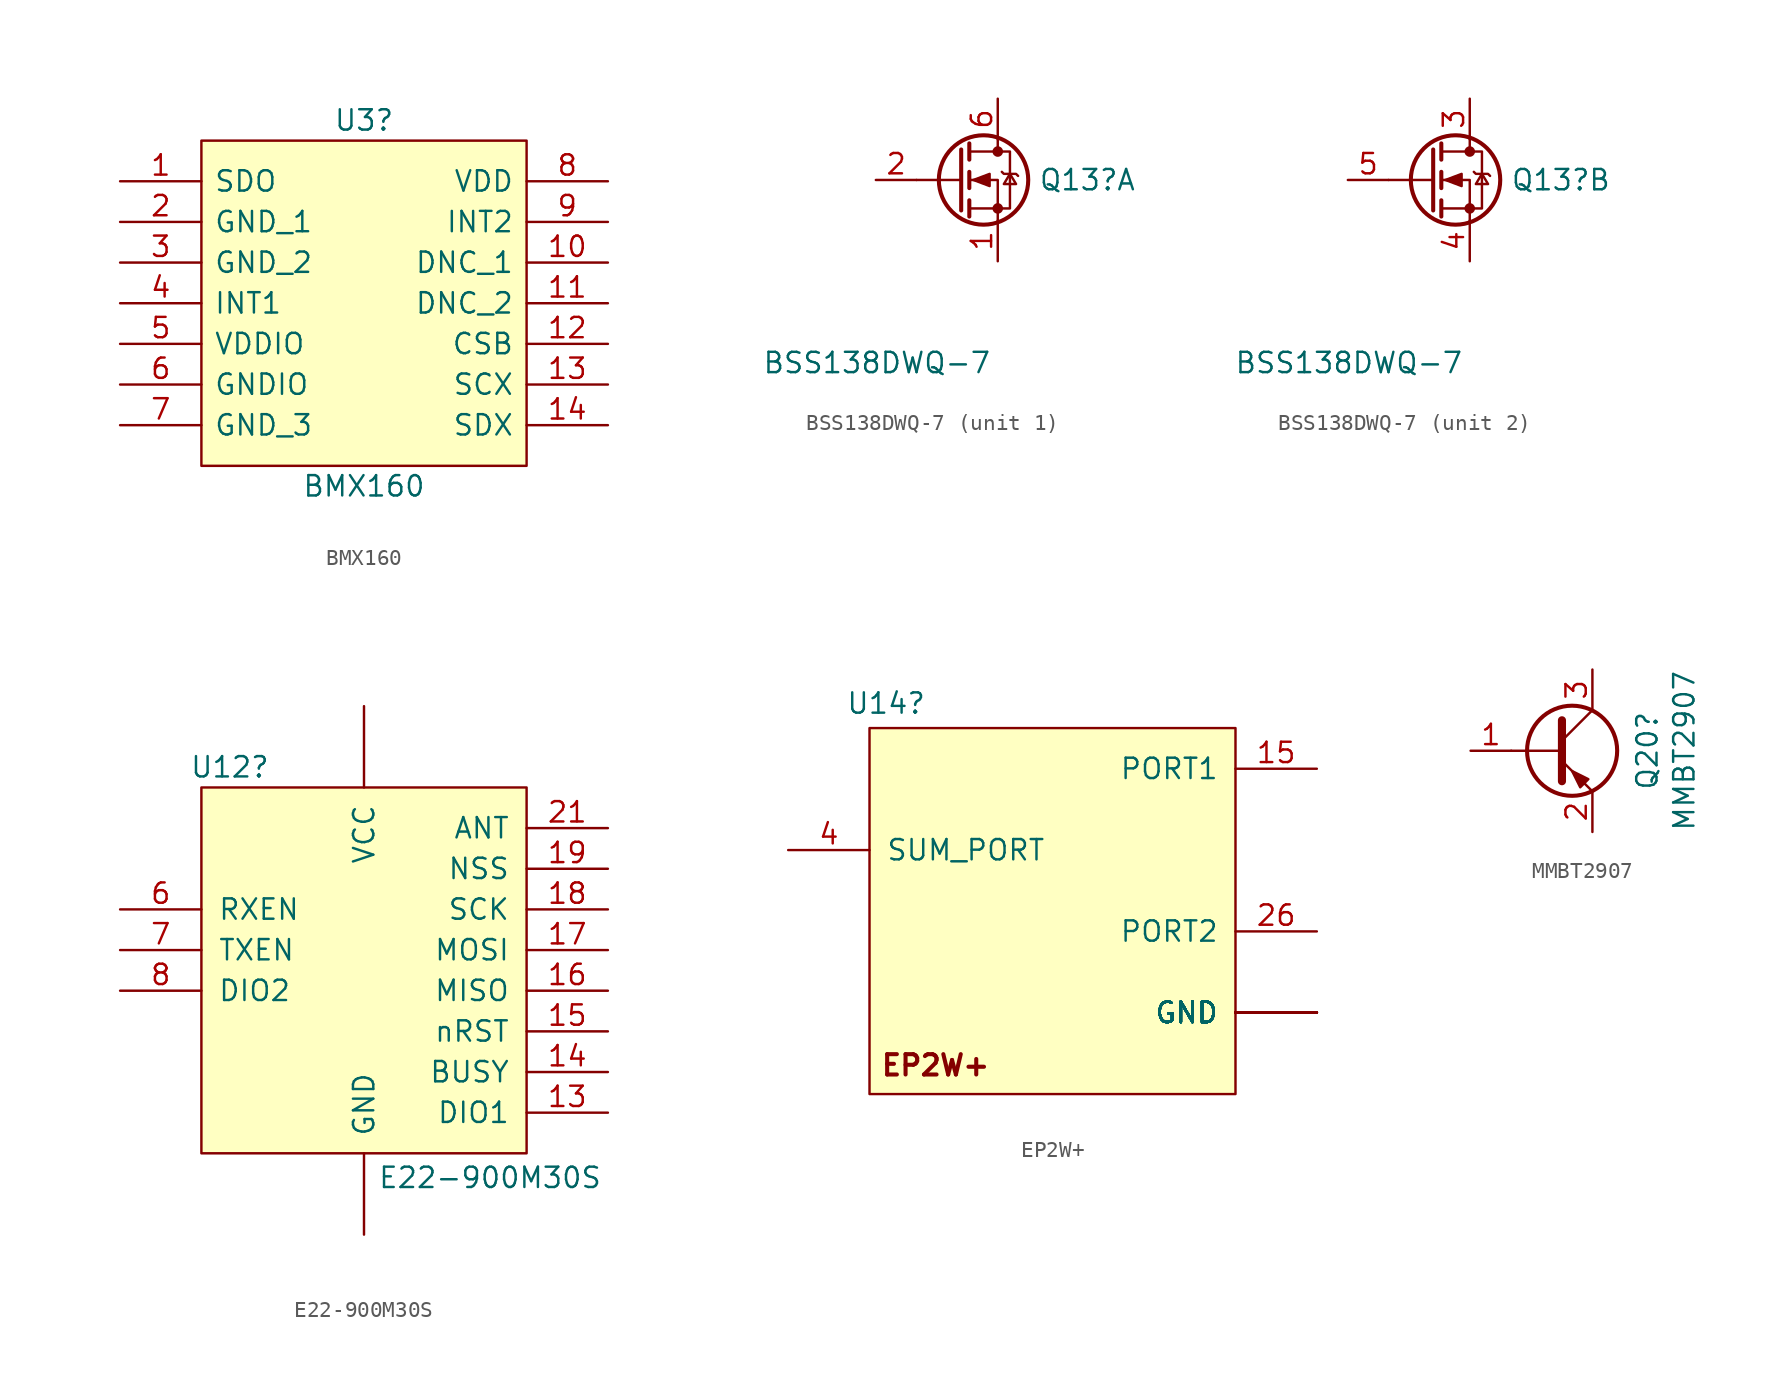
<source format=kicad_sym>
(kicad_symbol_lib
  (version 20231120)
  (generator "kicad_symbol_editor")
  (generator_version "8.0")
  (symbol "BMX160"
    (pin_names
      (offset 0.762))
    (property "Reference" "U3"
      (at 0 11.43 0)
      (effects (font (size 1.27 1.27))))
    (property "Value" "BMX160"
      (at 0 -11.43 0)
      (effects (font (size 1.27 1.27))))
    (symbol "BMX160_0_0"
      (pin bidirectional line (at -15.24 7.62 0) (length 5.08) (name "SDO" (effects (font (size 1.27 1.27)))) (number "1" (effects (font (size 1.27 1.27)))))
      (pin bidirectional line (at 15.24 2.54 180) (length 5.08) (name "DNC_1" (effects (font (size 1.27 1.27)))) (number "10" (effects (font (size 1.27 1.27)))))
      (pin bidirectional line (at 15.24 0 180) (length 5.08) (name "DNC_2" (effects (font (size 1.27 1.27)))) (number "11" (effects (font (size 1.27 1.27)))))
      (pin bidirectional line (at 15.24 -2.54 180) (length 5.08) (name "CSB" (effects (font (size 1.27 1.27)))) (number "12" (effects (font (size 1.27 1.27)))))
      (pin bidirectional line (at 15.24 -5.08 180) (length 5.08) (name "SCX" (effects (font (size 1.27 1.27)))) (number "13" (effects (font (size 1.27 1.27)))))
      (pin bidirectional line (at 15.24 -7.62 180) (length 5.08) (name "SDX" (effects (font (size 1.27 1.27)))) (number "14" (effects (font (size 1.27 1.27)))))
      (pin bidirectional line (at -15.24 5.08 0) (length 5.08) (name "GND_1" (effects (font (size 1.27 1.27)))) (number "2" (effects (font (size 1.27 1.27)))))
      (pin bidirectional line (at -15.24 2.54 0) (length 5.08) (name "GND_2" (effects (font (size 1.27 1.27)))) (number "3" (effects (font (size 1.27 1.27)))))
      (pin bidirectional line (at -15.24 0 0) (length 5.08) (name "INT1" (effects (font (size 1.27 1.27)))) (number "4" (effects (font (size 1.27 1.27)))))
      (pin bidirectional line (at -15.24 -2.54 0) (length 5.08) (name "VDDIO" (effects (font (size 1.27 1.27)))) (number "5" (effects (font (size 1.27 1.27)))))
      (pin bidirectional line (at -15.24 -5.08 0) (length 5.08) (name "GNDIO" (effects (font (size 1.27 1.27)))) (number "6" (effects (font (size 1.27 1.27)))))
      (pin bidirectional line (at -15.24 -7.62 0) (length 5.08) (name "GND_3" (effects (font (size 1.27 1.27)))) (number "7" (effects (font (size 1.27 1.27)))))
      (pin bidirectional line (at 15.24 7.62 180) (length 5.08) (name "VDD" (effects (font (size 1.27 1.27)))) (number "8" (effects (font (size 1.27 1.27)))))
      (pin bidirectional line (at 15.24 5.08 180) (length 5.08) (name "INT2" (effects (font (size 1.27 1.27)))) (number "9" (effects (font (size 1.27 1.27))))))
    (symbol "BMX160_1_1"
      (polyline (pts (xy -10.16 10.16) (xy 10.16 10.16) (xy 10.16 -10.16) (xy -10.16 -10.16) (xy -10.16 10.16)) (stroke (width 0.152) (type solid)) (fill (type background)))))
  (symbol "BSS138DWQ-7"
    (pin_names
      (offset 0.762) hide)
    (property "Reference" "Q13"
      (at 3.81 0 0)
      (effects (font (size 1.27 1.27)) (justify left)))
    (property "Value" "BSS138DWQ-7"
      (at -13.462 -11.43 0)
      (effects (font (size 1.27 1.27)) (justify left)))
    (property "ki_locked" ""
      (at 0 0 0)
      (effects (font (size 1.27 1.27))))
    (symbol "BSS138DWQ-7_1_1"
      (polyline (pts (xy -1.016 0) (xy -3.81 0)) (stroke (width 0) (type solid)) (fill (type none)))
      (polyline (pts (xy -1.016 1.905) (xy -1.016 -1.905)) (stroke (width 0.254) (type solid)) (fill (type none)))
      (polyline (pts (xy -0.508 -1.27) (xy -0.508 -2.286)) (stroke (width 0.254) (type solid)) (fill (type none)))
      (polyline (pts (xy -0.508 0.508) (xy -0.508 -0.508)) (stroke (width 0.254) (type solid)) (fill (type none)))
      (polyline (pts (xy -0.508 2.286) (xy -0.508 1.27)) (stroke (width 0.254) (type solid)) (fill (type none)))
      (polyline (pts (xy 1.27 2.54) (xy 1.27 1.778)) (stroke (width 0) (type solid)) (fill (type none)))
      (polyline (pts (xy 1.27 -2.54) (xy 1.27 0) (xy -0.508 0)) (stroke (width 0) (type solid)) (fill (type none)))
      (polyline (pts (xy -0.508 -1.778) (xy 2.032 -1.778) (xy 2.032 1.778) (xy -0.508 1.778)) (stroke (width 0) (type solid)) (fill (type none)))
      (polyline (pts (xy -0.254 0) (xy 0.762 0.381) (xy 0.762 -0.381) (xy -0.254 0)) (stroke (width 0) (type solid)) (fill (type outline)))
      (polyline (pts (xy 1.524 0.508) (xy 1.651 0.381) (xy 2.413 0.381) (xy 2.54 0.254)) (stroke (width 0) (type solid)) (fill (type none)))
      (polyline (pts (xy 2.032 0.381) (xy 1.651 -0.254) (xy 2.413 -0.254) (xy 2.032 0.381)) (stroke (width 0) (type solid)) (fill (type none)))
      (circle (center 0.381 0) (radius 2.794) (stroke (width 0.254) (type solid)) (fill (type none)))
      (circle (center 1.27 -1.778) (radius 0.254) (stroke (width 0) (type solid)) (fill (type outline)))
      (circle (center 1.27 1.778) (radius 0.254) (stroke (width 0) (type solid)) (fill (type outline)))
      (pin passive line (at 1.27 -5.08 90) (length 2.54) (name "S2" (effects (font (size 1.27 1.27)))) (number "1" (effects (font (size 1.27 1.27)))))
      (pin input line (at -6.35 0 0) (length 2.54) (name "G2" (effects (font (size 1.27 1.27)))) (number "2" (effects (font (size 1.27 1.27)))))
      (pin passive line (at 1.27 5.08 270) (length 2.54) (name "D1" (effects (font (size 1.27 1.27)))) (number "6" (effects (font (size 1.27 1.27))))))
    (symbol "BSS138DWQ-7_2_1"
      (polyline (pts (xy -1.016 0) (xy -3.81 0)) (stroke (width 0) (type solid)) (fill (type none)))
      (polyline (pts (xy -1.016 1.905) (xy -1.016 -1.905)) (stroke (width 0.254) (type solid)) (fill (type none)))
      (polyline (pts (xy -0.508 -1.27) (xy -0.508 -2.286)) (stroke (width 0.254) (type solid)) (fill (type none)))
      (polyline (pts (xy -0.508 0.508) (xy -0.508 -0.508)) (stroke (width 0.254) (type solid)) (fill (type none)))
      (polyline (pts (xy -0.508 2.286) (xy -0.508 1.27)) (stroke (width 0.254) (type solid)) (fill (type none)))
      (polyline (pts (xy 1.27 2.54) (xy 1.27 1.778)) (stroke (width 0) (type solid)) (fill (type none)))
      (polyline (pts (xy 1.27 -2.54) (xy 1.27 0) (xy -0.508 0)) (stroke (width 0) (type solid)) (fill (type none)))
      (polyline (pts (xy -0.508 -1.778) (xy 2.032 -1.778) (xy 2.032 1.778) (xy -0.508 1.778)) (stroke (width 0) (type solid)) (fill (type none)))
      (polyline (pts (xy -0.254 0) (xy 0.762 0.381) (xy 0.762 -0.381) (xy -0.254 0)) (stroke (width 0) (type solid)) (fill (type outline)))
      (polyline (pts (xy 1.524 0.508) (xy 1.651 0.381) (xy 2.413 0.381) (xy 2.54 0.254)) (stroke (width 0) (type solid)) (fill (type none)))
      (polyline (pts (xy 2.032 0.381) (xy 1.651 -0.254) (xy 2.413 -0.254) (xy 2.032 0.381)) (stroke (width 0) (type solid)) (fill (type none)))
      (circle (center 0.381 0) (radius 2.794) (stroke (width 0.254) (type solid)) (fill (type none)))
      (circle (center 1.27 -1.778) (radius 0.254) (stroke (width 0) (type solid)) (fill (type outline)))
      (circle (center 1.27 1.778) (radius 0.254) (stroke (width 0) (type solid)) (fill (type outline)))
      (pin passive line (at 1.27 5.08 270) (length 2.54) (name "D2" (effects (font (size 1.27 1.27)))) (number "3" (effects (font (size 1.27 1.27)))))
      (pin passive line (at 1.27 -5.08 90) (length 2.54) (name "S1" (effects (font (size 1.27 1.27)))) (number "4" (effects (font (size 1.27 1.27)))))
      (pin input line (at -6.35 0 0) (length 2.54) (name "G1" (effects (font (size 1.27 1.27)))) (number "5" (effects (font (size 1.27 1.27)))))))
  (symbol "E22-900M30S"
    (pin_names
      (offset 1.016))
    (property "Reference" "U12"
      (at -8.382 12.7 0)
      (effects (font (size 1.27 1.27))))
    (property "Value" "E22-900M30S"
      (at 7.874 -12.954 0)
      (effects (font (size 1.27 1.27))))
    (symbol "E22-900M30S_1_0"
      (pin bidirectional line (at 0 -16.51 90) (length 5.08) hide (name "GND" (effects (font (size 1.27 1.27)))) (number "1" (effects (font (size 1.27 1.27)))))
      (pin power_in line (at 0 16.51 270) (length 5.08) hide (name "VCC" (effects (font (size 1.27 1.27)))) (number "10" (effects (font (size 1.27 1.27)))))
      (pin bidirectional line (at 0 -16.51 90) (length 5.08) hide (name "GND" (effects (font (size 1.27 1.27)))) (number "11" (effects (font (size 1.27 1.27)))))
      (pin bidirectional line (at 0 -16.51 90) (length 5.08) hide (name "GND" (effects (font (size 1.27 1.27)))) (number "12" (effects (font (size 1.27 1.27)))))
      (pin bidirectional line (at 15.24 -8.89 180) (length 5.08) (name "DIO1" (effects (font (size 1.27 1.27)))) (number "13" (effects (font (size 1.27 1.27)))))
      (pin output line (at 15.24 -6.35 180) (length 5.08) (name "BUSY" (effects (font (size 1.27 1.27)))) (number "14" (effects (font (size 1.27 1.27)))))
      (pin input line (at 15.24 -3.81 180) (length 5.08) (name "nRST" (effects (font (size 1.27 1.27)))) (number "15" (effects (font (size 1.27 1.27)))))
      (pin output line (at 15.24 -1.27 180) (length 5.08) (name "MISO" (effects (font (size 1.27 1.27)))) (number "16" (effects (font (size 1.27 1.27)))))
      (pin input line (at 15.24 1.27 180) (length 5.08) (name "MOSI" (effects (font (size 1.27 1.27)))) (number "17" (effects (font (size 1.27 1.27)))))
      (pin input line (at 15.24 3.81 180) (length 5.08) (name "SCK" (effects (font (size 1.27 1.27)))) (number "18" (effects (font (size 1.27 1.27)))))
      (pin input line (at 15.24 6.35 180) (length 5.08) (name "NSS" (effects (font (size 1.27 1.27)))) (number "19" (effects (font (size 1.27 1.27)))))
      (pin bidirectional line (at 0 -16.51 90) (length 5.08) hide (name "GND" (effects (font (size 1.27 1.27)))) (number "2" (effects (font (size 1.27 1.27)))))
      (pin bidirectional line (at 0 -16.51 90) (length 5.08) hide (name "GND" (effects (font (size 1.27 1.27)))) (number "20" (effects (font (size 1.27 1.27)))))
      (pin output line (at 15.24 8.89 180) (length 5.08) (name "ANT" (effects (font (size 1.27 1.27)))) (number "21" (effects (font (size 1.27 1.27)))))
      (pin bidirectional line (at 0 -16.51 90) (length 5.08) (name "GND" (effects (font (size 1.27 1.27)))) (number "22" (effects (font (size 0 0)))))
      (pin bidirectional line (at 0 -16.51 90) (length 5.08) hide (name "GND" (effects (font (size 1.27 1.27)))) (number "3" (effects (font (size 1.27 1.27)))))
      (pin bidirectional line (at 0 -16.51 90) (length 5.08) hide (name "GND" (effects (font (size 1.27 1.27)))) (number "4" (effects (font (size 1.27 1.27)))))
      (pin bidirectional line (at 0 -16.51 90) (length 5.08) hide (name "GND" (effects (font (size 1.27 1.27)))) (number "5" (effects (font (size 1.27 1.27)))))
      (pin input line (at -15.24 3.81 0) (length 5.08) (name "RXEN" (effects (font (size 1.27 1.27)))) (number "6" (effects (font (size 1.27 1.27)))))
      (pin input line (at -15.24 1.27 0) (length 5.08) (name "TXEN" (effects (font (size 1.27 1.27)))) (number "7" (effects (font (size 1.27 1.27)))))
      (pin bidirectional line (at -15.24 -1.27 0) (length 5.08) (name "DIO2" (effects (font (size 1.27 1.27)))) (number "8" (effects (font (size 1.27 1.27)))))
      (pin power_in line (at 0 16.51 270) (length 5.08) (name "VCC" (effects (font (size 1.27 1.27)))) (number "9" (effects (font (size 0 0))))))
    (symbol "E22-900M30S_1_1"
      (rectangle (start -10.16 11.43) (end 10.16 -11.43) (stroke (width 0) (type default)) (fill (type background)))))
  (symbol "EP2W+"
    (pin_names
      (offset 1.016))
    (property "Reference" "U14"
      (at -9.144 9.906 0)
      (effects (font (size 1.27 1.27)) (justify right top)))
    (symbol "EP2W+_1_0"
      (text "EP2W+" (at -5.08 -12.7 0) (effects (font (size 1.27 1.27) (bold yes)) (justify right top)))
      (pin bidirectional line (at 15.24 -10.16 180) (length 5.08) (name "GND" (effects (font (size 1.27 1.27)))) (number "1" (effects (font (size 0 0)))))
      (pin bidirectional line (at 15.24 -10.16 180) (length 5.08) (name "GND" (effects (font (size 1.27 1.27)))) (number "10" (effects (font (size 0 0)))))
      (pin bidirectional line (at 15.24 -10.16 180) (length 5.08) (name "GND" (effects (font (size 1.27 1.27)))) (number "11" (effects (font (size 0 0)))))
      (pin bidirectional line (at 15.24 -10.16 180) (length 5.08) (name "GND" (effects (font (size 1.27 1.27)))) (number "12" (effects (font (size 0 0)))))
      (pin bidirectional line (at 15.24 -10.16 180) (length 5.08) (name "GND" (effects (font (size 1.27 1.27)))) (number "13" (effects (font (size 0 0)))))
      (pin bidirectional line (at 15.24 -10.16 180) (length 5.08) (name "GND" (effects (font (size 1.27 1.27)))) (number "14" (effects (font (size 0 0)))))
      (pin bidirectional line (at 15.24 5.08 180) (length 5.08) (name "PORT1" (effects (font (size 1.27 1.27)))) (number "15" (effects (font (size 1.27 1.27)))))
      (pin bidirectional line (at 15.24 -10.16 180) (length 5.08) (name "GND" (effects (font (size 1.27 1.27)))) (number "16" (effects (font (size 0 0)))))
      (pin bidirectional line (at 15.24 -10.16 180) (length 5.08) (name "GND" (effects (font (size 1.27 1.27)))) (number "17" (effects (font (size 0 0)))))
      (pin bidirectional line (at 15.24 -10.16 180) (length 5.08) (name "GND" (effects (font (size 1.27 1.27)))) (number "18" (effects (font (size 0 0)))))
      (pin bidirectional line (at 15.24 -10.16 180) (length 5.08) (name "GND" (effects (font (size 1.27 1.27)))) (number "19" (effects (font (size 0 0)))))
      (pin bidirectional line (at 15.24 -10.16 180) (length 5.08) (name "GND" (effects (font (size 1.27 1.27)))) (number "2" (effects (font (size 0 0)))))
      (pin bidirectional line (at 15.24 -10.16 180) (length 5.08) (name "GND" (effects (font (size 1.27 1.27)))) (number "20" (effects (font (size 0 0)))))
      (pin bidirectional line (at 15.24 -10.16 180) (length 5.08) (name "GND" (effects (font (size 1.27 1.27)))) (number "21" (effects (font (size 0 0)))))
      (pin bidirectional line (at 15.24 -10.16 180) (length 5.08) (name "GND" (effects (font (size 1.27 1.27)))) (number "22" (effects (font (size 0 0)))))
      (pin bidirectional line (at 15.24 -10.16 180) (length 5.08) (name "GND" (effects (font (size 1.27 1.27)))) (number "23" (effects (font (size 0 0)))))
      (pin bidirectional line (at 15.24 -10.16 180) (length 5.08) (name "GND" (effects (font (size 1.27 1.27)))) (number "24" (effects (font (size 0 0)))))
      (pin bidirectional line (at 15.24 -10.16 180) (length 5.08) (name "GND" (effects (font (size 1.27 1.27)))) (number "25" (effects (font (size 0 0)))))
      (pin bidirectional line (at 15.24 -5.08 180) (length 5.08) (name "PORT2" (effects (font (size 1.27 1.27)))) (number "26" (effects (font (size 1.27 1.27)))))
      (pin bidirectional line (at 15.24 -10.16 180) (length 5.08) (name "GND" (effects (font (size 1.27 1.27)))) (number "27" (effects (font (size 0 0)))))
      (pin bidirectional line (at 15.24 -10.16 180) (length 5.08) (name "GND" (effects (font (size 1.27 1.27)))) (number "28" (effects (font (size 0 0)))))
      (pin bidirectional line (at 15.24 -10.16 180) (length 5.08) (name "GND" (effects (font (size 1.27 1.27)))) (number "29" (effects (font (size 0 0)))))
      (pin bidirectional line (at 15.24 -10.16 180) (length 5.08) (name "GND" (effects (font (size 1.27 1.27)))) (number "3" (effects (font (size 0 0)))))
      (pin bidirectional line (at 15.24 -10.16 180) (length 5.08) (name "GND" (effects (font (size 1.27 1.27)))) (number "30" (effects (font (size 0 0)))))
      (pin bidirectional line (at 15.24 -10.16 180) (length 5.08) (name "GND" (effects (font (size 1.27 1.27)))) (number "31" (effects (font (size 0 0)))))
      (pin bidirectional line (at 15.24 -10.16 180) (length 5.08) (name "GND" (effects (font (size 1.27 1.27)))) (number "32" (effects (font (size 0 0)))))
      (pin bidirectional line (at -17.78 0 0) (length 5.08) (name "SUM_PORT" (effects (font (size 1.27 1.27)))) (number "4" (effects (font (size 1.27 1.27)))))
      (pin bidirectional line (at 15.24 -10.16 180) (length 5.08) (name "GND" (effects (font (size 1.27 1.27)))) (number "5" (effects (font (size 0 0)))))
      (pin bidirectional line (at 15.24 -10.16 180) (length 5.08) (name "GND" (effects (font (size 1.27 1.27)))) (number "6" (effects (font (size 0 0)))))
      (pin bidirectional line (at 15.24 -10.16 180) (length 5.08) (name "GND" (effects (font (size 1.27 1.27)))) (number "7" (effects (font (size 0 0)))))
      (pin bidirectional line (at 15.24 -10.16 180) (length 5.08) (name "GND" (effects (font (size 1.27 1.27)))) (number "8" (effects (font (size 0 0)))))
      (pin bidirectional line (at 15.24 -10.16 180) (length 5.08) (name "GND" (effects (font (size 1.27 1.27)))) (number "9" (effects (font (size 0 0)))))
      (pin bidirectional line (at 15.24 -10.16 180) (length 5.08) (name "GND" (effects (font (size 1.27 1.27)))) (number "EP" (effects (font (size 0 0))))))
    (symbol "EP2W+_1_1"
      (rectangle (start -12.7 7.62) (end 10.16 -15.24) (stroke (width 0) (type default)) (fill (type background)))))
  (symbol "MMBT2907"
    (pin_names
      (offset 0) hide)
    (property "Reference" "Q20"
      (at 5.969 0 90)
      (effects (font (size 1.27 1.27))))
    (property "Value" "MMBT2907"
      (at 8.28 0 90)
      (effects (font (size 1.27 1.27))))
    (symbol "MMBT2907_0_1"
      (polyline (pts (xy 0.635 0) (xy -2.54 0)) (stroke (width 0) (type solid)) (fill (type none)))
      (polyline (pts (xy 0.635 0.635) (xy 2.54 2.54)) (stroke (width 0) (type solid)) (fill (type none)))
      (polyline (pts (xy 0.635 -0.635) (xy 2.54 -2.54) (xy 2.54 -2.54)) (stroke (width 0) (type solid)) (fill (type none)))
      (polyline (pts (xy 0.635 1.905) (xy 0.635 -1.905) (xy 0.635 -1.905)) (stroke (width 0.508) (type solid)) (fill (type none)))
      (polyline (pts (xy 2.286 -1.778) (xy 1.778 -2.286) (xy 1.27 -1.27) (xy 2.286 -1.778) (xy 2.286 -1.778)) (stroke (width 0) (type solid)) (fill (type outline)))
      (circle (center 1.27 0) (radius 2.819) (stroke (width 0.254) (type solid)) (fill (type none))))
    (symbol "MMBT2907_1_1"
      (pin input line (at -5.08 0 0) (length 2.54) (name "B" (effects (font (size 1.27 1.27)))) (number "1" (effects (font (size 1.27 1.27)))))
      (pin passive line (at 2.54 -5.08 90) (length 2.54) (name "E" (effects (font (size 1.27 1.27)))) (number "2" (effects (font (size 1.27 1.27)))))
      (pin passive line (at 2.54 5.08 270) (length 2.54) (name "C" (effects (font (size 1.27 1.27)))) (number "3" (effects (font (size 1.27 1.27))))))))
</source>
